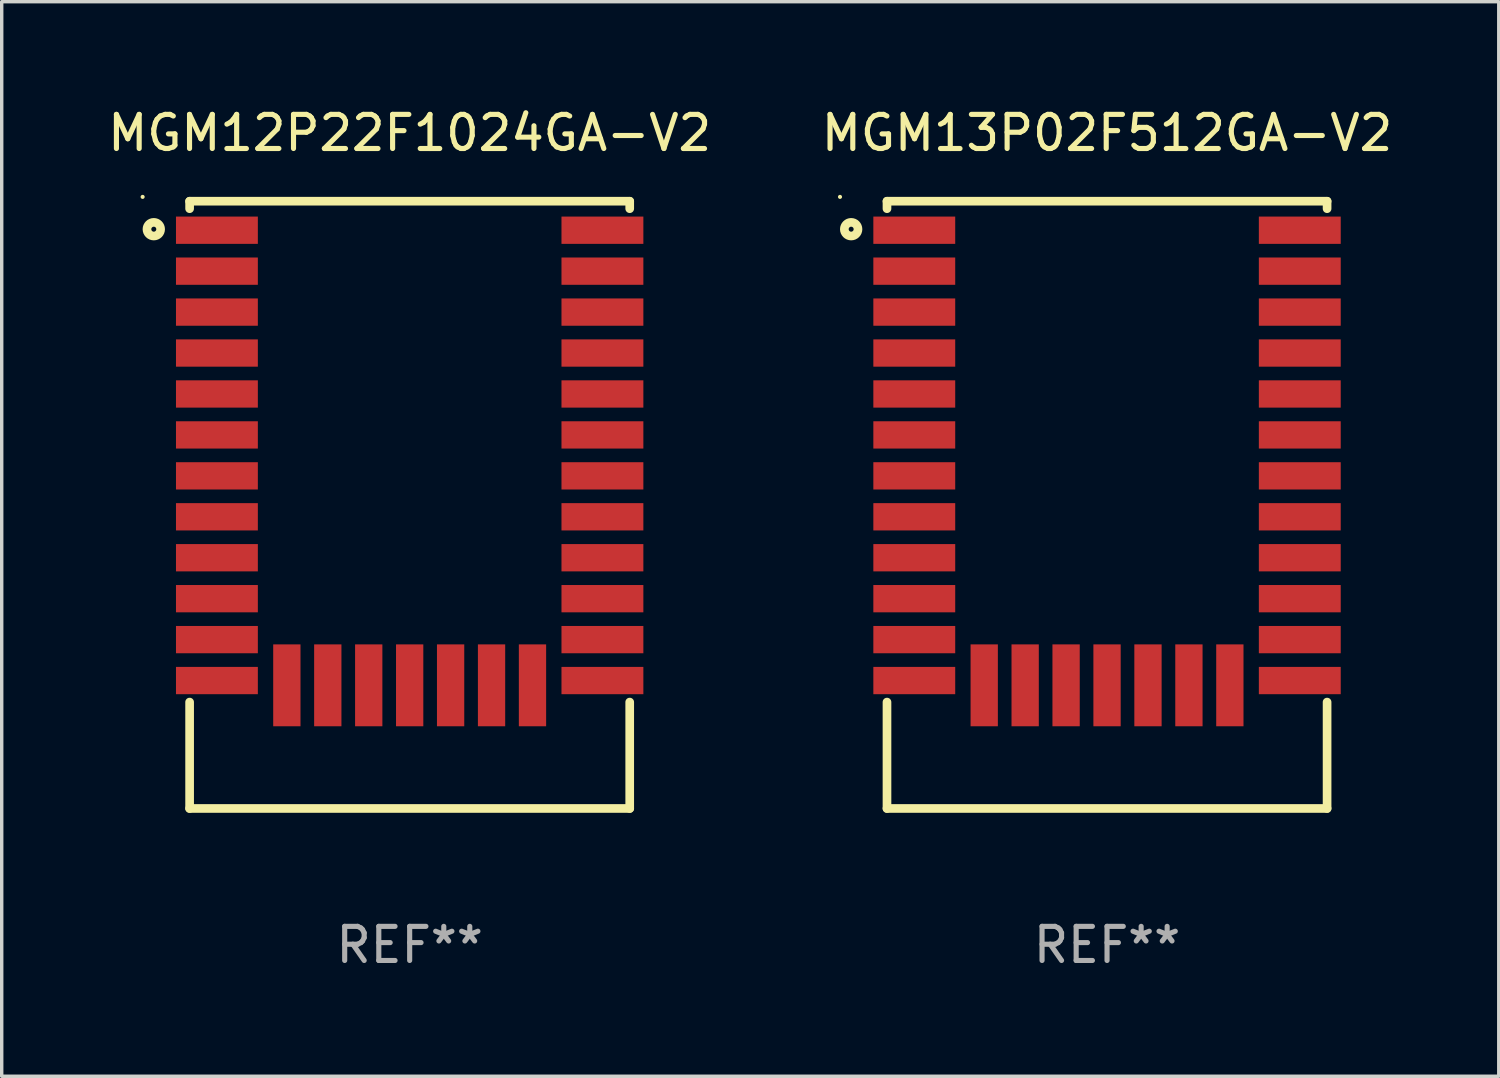
<source format=kicad_pcb>
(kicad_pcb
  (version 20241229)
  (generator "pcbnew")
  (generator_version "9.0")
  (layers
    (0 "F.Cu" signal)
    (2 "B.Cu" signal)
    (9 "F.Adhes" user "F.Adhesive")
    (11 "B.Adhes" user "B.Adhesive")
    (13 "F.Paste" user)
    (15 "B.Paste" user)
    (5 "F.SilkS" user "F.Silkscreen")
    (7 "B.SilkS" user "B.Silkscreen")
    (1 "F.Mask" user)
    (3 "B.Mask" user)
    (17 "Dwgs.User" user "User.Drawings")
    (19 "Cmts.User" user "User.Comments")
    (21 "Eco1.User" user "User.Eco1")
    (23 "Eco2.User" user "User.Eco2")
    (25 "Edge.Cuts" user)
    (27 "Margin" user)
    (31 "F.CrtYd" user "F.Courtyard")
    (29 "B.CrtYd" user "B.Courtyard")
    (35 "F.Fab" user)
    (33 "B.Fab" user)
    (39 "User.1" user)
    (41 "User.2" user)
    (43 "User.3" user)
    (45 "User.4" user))
  (footprint "MGM12P22F1024GA-V2"
    (layer "F.Cu")
    (at 8.958 11.748)
    (property "Reference" "MGM12P22F1024GA-V2" (at 0 -10.9 0) (layer "F.SilkS") (effects (font (size 1 1) (thickness 0.15))))
    (attr through_hole)
    (fp_line (start -6.45 8.9) (end 6.45 8.9) (stroke (width 0.254) (type solid)) (layer "F.SilkS"))
    (fp_line (start -6.45 -8.9) (end -6.45 -8.681) (stroke (width 0.254) (type solid)) (layer "F.SilkS"))
    (fp_line (start -6.45 5.781) (end -6.45 8.9) (stroke (width 0.254) (type solid)) (layer "F.SilkS"))
    (fp_line (start 6.45 -8.9) (end -6.45 -8.9) (stroke (width 0.254) (type solid)) (layer "F.SilkS"))
    (fp_line (start 6.45 -8.681) (end 6.45 -8.9) (stroke (width 0.254) (type solid)) (layer "F.SilkS"))
    (fp_line (start 6.45 8.9) (end 6.45 5.781) (stroke (width 0.254) (type solid)) (layer "F.SilkS"))
    (fp_circle (center -7.827 -9.027) (end -7.797 -9.027) (stroke (width 0.06) (type solid)) (fill no) (layer "F.SilkS"))
    (fp_circle (center -7.5 -8.08) (end -7.3 -8.08) (stroke (width 0.254) (type solid)) (fill no) (layer "F.SilkS"))
    (fp_text user "REF**" (at 0 12.9 0) (layer "F.Fab") (effects (font (size 1 1) (thickness 0.15))))
    (pad "1" smd rect (at -5.65 -8.05) (size 2.4 0.8) (layers "F.Cu" "F.Mask" "F.Paste"))
    (pad "2" smd rect (at -5.65 -6.85) (size 2.4 0.8) (layers "F.Cu" "F.Mask" "F.Paste"))
    (pad "3" smd rect (at -5.65 -5.65) (size 2.4 0.8) (layers "F.Cu" "F.Mask" "F.Paste"))
    (pad "4" smd rect (at -5.65 -4.45) (size 2.4 0.8) (layers "F.Cu" "F.Mask" "F.Paste"))
    (pad "5" smd rect (at -5.65 -3.25) (size 2.4 0.8) (layers "F.Cu" "F.Mask" "F.Paste"))
    (pad "6" smd rect (at -5.65 -2.05) (size 2.4 0.8) (layers "F.Cu" "F.Mask" "F.Paste"))
    (pad "7" smd rect (at -5.65 -0.85) (size 2.4 0.8) (layers "F.Cu" "F.Mask" "F.Paste"))
    (pad "8" smd rect (at -5.65 0.35) (size 2.4 0.8) (layers "F.Cu" "F.Mask" "F.Paste"))
    (pad "9" smd rect (at -5.65 1.55) (size 2.4 0.8) (layers "F.Cu" "F.Mask" "F.Paste"))
    (pad "10" smd rect (at -5.65 2.75) (size 2.4 0.8) (layers "F.Cu" "F.Mask" "F.Paste"))
    (pad "11" smd rect (at -5.65 3.95) (size 2.4 0.8) (layers "F.Cu" "F.Mask" "F.Paste"))
    (pad "12" smd rect (at -5.65 5.15) (size 2.4 0.8) (layers "F.Cu" "F.Mask" "F.Paste"))
    (pad "13" smd rect (at -3.6 5.29 90) (size 2.4 0.8) (layers "F.Cu" "F.Mask" "F.Paste"))
    (pad "14" smd rect (at -2.4 5.29 90) (size 2.4 0.8) (layers "F.Cu" "F.Mask" "F.Paste"))
    (pad "15" smd rect (at -1.2 5.29 90) (size 2.4 0.8) (layers "F.Cu" "F.Mask" "F.Paste"))
    (pad "16" smd rect (at 0.000025 5.29 90) (size 2.4 0.8) (layers "F.Cu" "F.Mask" "F.Paste"))
    (pad "17" smd rect (at 1.2 5.29 90) (size 2.4 0.8) (layers "F.Cu" "F.Mask" "F.Paste"))
    (pad "18" smd rect (at 2.4 5.29 90) (size 2.4 0.8) (layers "F.Cu" "F.Mask" "F.Paste"))
    (pad "19" smd rect (at 3.6 5.29 90) (size 2.4 0.8) (layers "F.Cu" "F.Mask" "F.Paste"))
    (pad "20" smd rect (at 5.65 5.15 180) (size 2.4 0.8) (layers "F.Cu" "F.Mask" "F.Paste"))
    (pad "21" smd rect (at 5.65 3.95 180) (size 2.4 0.8) (layers "F.Cu" "F.Mask" "F.Paste"))
    (pad "22" smd rect (at 5.65 2.75 180) (size 2.4 0.8) (layers "F.Cu" "F.Mask" "F.Paste"))
    (pad "23" smd rect (at 5.65 1.55 180) (size 2.4 0.8) (layers "F.Cu" "F.Mask" "F.Paste"))
    (pad "24" smd rect (at 5.65 0.35 180) (size 2.4 0.8) (layers "F.Cu" "F.Mask" "F.Paste"))
    (pad "25" smd rect (at 5.65 -0.85 180) (size 2.4 0.8) (layers "F.Cu" "F.Mask" "F.Paste"))
    (pad "26" smd rect (at 5.65 -2.05 180) (size 2.4 0.8) (layers "F.Cu" "F.Mask" "F.Paste"))
    (pad "27" smd rect (at 5.65 -3.25 180) (size 2.4 0.8) (layers "F.Cu" "F.Mask" "F.Paste"))
    (pad "28" smd rect (at 5.65 -4.45 180) (size 2.4 0.8) (layers "F.Cu" "F.Mask" "F.Paste"))
    (pad "29" smd rect (at 5.65 -5.65 180) (size 2.4 0.8) (layers "F.Cu" "F.Mask" "F.Paste"))
    (pad "30" smd rect (at 5.65 -6.85 180) (size 2.4 0.8) (layers "F.Cu" "F.Mask" "F.Paste"))
    (pad "31" smd rect (at 5.65 -8.05 180) (size 2.4 0.8) (layers "F.Cu" "F.Mask" "F.Paste")))
  (footprint "MGM13P02F512GA-V2"
    (layer "F.Cu")
    (at 29.399 11.748)
    (property "Reference" "MGM13P02F512GA-V2" (at 0 -10.9 0) (layer "F.SilkS") (effects (font (size 1 1) (thickness 0.15))))
    (attr through_hole)
    (fp_line (start -6.45 8.9) (end 6.45 8.9) (stroke (width 0.254) (type solid)) (layer "F.SilkS"))
    (fp_line (start -6.45 -8.9) (end -6.45 -8.681) (stroke (width 0.254) (type solid)) (layer "F.SilkS"))
    (fp_line (start -6.45 5.781) (end -6.45 8.9) (stroke (width 0.254) (type solid)) (layer "F.SilkS"))
    (fp_line (start 6.45 -8.9) (end -6.45 -8.9) (stroke (width 0.254) (type solid)) (layer "F.SilkS"))
    (fp_line (start 6.45 -8.681) (end 6.45 -8.9) (stroke (width 0.254) (type solid)) (layer "F.SilkS"))
    (fp_line (start 6.45 8.9) (end 6.45 5.781) (stroke (width 0.254) (type solid)) (layer "F.SilkS"))
    (fp_circle (center -7.827 -9.027) (end -7.797 -9.027) (stroke (width 0.06) (type solid)) (fill no) (layer "F.SilkS"))
    (fp_circle (center -7.5 -8.08) (end -7.3 -8.08) (stroke (width 0.254) (type solid)) (fill no) (layer "F.SilkS"))
    (fp_text user "REF**" (at 0 12.9 0) (layer "F.Fab") (effects (font (size 1 1) (thickness 0.15))))
    (pad "1" smd rect (at -5.65 -8.05) (size 2.4 0.8) (layers "F.Cu" "F.Mask" "F.Paste"))
    (pad "2" smd rect (at -5.65 -6.85) (size 2.4 0.8) (layers "F.Cu" "F.Mask" "F.Paste"))
    (pad "3" smd rect (at -5.65 -5.65) (size 2.4 0.8) (layers "F.Cu" "F.Mask" "F.Paste"))
    (pad "4" smd rect (at -5.65 -4.45) (size 2.4 0.8) (layers "F.Cu" "F.Mask" "F.Paste"))
    (pad "5" smd rect (at -5.65 -3.25) (size 2.4 0.8) (layers "F.Cu" "F.Mask" "F.Paste"))
    (pad "6" smd rect (at -5.65 -2.05) (size 2.4 0.8) (layers "F.Cu" "F.Mask" "F.Paste"))
    (pad "7" smd rect (at -5.65 -0.85) (size 2.4 0.8) (layers "F.Cu" "F.Mask" "F.Paste"))
    (pad "8" smd rect (at -5.65 0.35) (size 2.4 0.8) (layers "F.Cu" "F.Mask" "F.Paste"))
    (pad "9" smd rect (at -5.65 1.55) (size 2.4 0.8) (layers "F.Cu" "F.Mask" "F.Paste"))
    (pad "10" smd rect (at -5.65 2.75) (size 2.4 0.8) (layers "F.Cu" "F.Mask" "F.Paste"))
    (pad "11" smd rect (at -5.65 3.95) (size 2.4 0.8) (layers "F.Cu" "F.Mask" "F.Paste"))
    (pad "12" smd rect (at -5.65 5.15) (size 2.4 0.8) (layers "F.Cu" "F.Mask" "F.Paste"))
    (pad "13" smd rect (at -3.6 5.29 90) (size 2.4 0.8) (layers "F.Cu" "F.Mask" "F.Paste"))
    (pad "14" smd rect (at -2.4 5.29 90) (size 2.4 0.8) (layers "F.Cu" "F.Mask" "F.Paste"))
    (pad "15" smd rect (at -1.2 5.29 90) (size 2.4 0.8) (layers "F.Cu" "F.Mask" "F.Paste"))
    (pad "16" smd rect (at 0.000025 5.29 90) (size 2.4 0.8) (layers "F.Cu" "F.Mask" "F.Paste"))
    (pad "17" smd rect (at 1.2 5.29 90) (size 2.4 0.8) (layers "F.Cu" "F.Mask" "F.Paste"))
    (pad "18" smd rect (at 2.4 5.29 90) (size 2.4 0.8) (layers "F.Cu" "F.Mask" "F.Paste"))
    (pad "19" smd rect (at 3.6 5.29 90) (size 2.4 0.8) (layers "F.Cu" "F.Mask" "F.Paste"))
    (pad "20" smd rect (at 5.65 5.15 180) (size 2.4 0.8) (layers "F.Cu" "F.Mask" "F.Paste"))
    (pad "21" smd rect (at 5.65 3.95 180) (size 2.4 0.8) (layers "F.Cu" "F.Mask" "F.Paste"))
    (pad "22" smd rect (at 5.65 2.75 180) (size 2.4 0.8) (layers "F.Cu" "F.Mask" "F.Paste"))
    (pad "23" smd rect (at 5.65 1.55 180) (size 2.4 0.8) (layers "F.Cu" "F.Mask" "F.Paste"))
    (pad "24" smd rect (at 5.65 0.35 180) (size 2.4 0.8) (layers "F.Cu" "F.Mask" "F.Paste"))
    (pad "25" smd rect (at 5.65 -0.85 180) (size 2.4 0.8) (layers "F.Cu" "F.Mask" "F.Paste"))
    (pad "26" smd rect (at 5.65 -2.05 180) (size 2.4 0.8) (layers "F.Cu" "F.Mask" "F.Paste"))
    (pad "27" smd rect (at 5.65 -3.25 180) (size 2.4 0.8) (layers "F.Cu" "F.Mask" "F.Paste"))
    (pad "28" smd rect (at 5.65 -4.45 180) (size 2.4 0.8) (layers "F.Cu" "F.Mask" "F.Paste"))
    (pad "29" smd rect (at 5.65 -5.65 180) (size 2.4 0.8) (layers "F.Cu" "F.Mask" "F.Paste"))
    (pad "30" smd rect (at 5.65 -6.85 180) (size 2.4 0.8) (layers "F.Cu" "F.Mask" "F.Paste"))
    (pad "31" smd rect (at 5.65 -8.05 180) (size 2.4 0.8) (layers "F.Cu" "F.Mask" "F.Paste")))
  (gr_rect
    (start -3 -3)
    (end 40.881 28.497)
    (stroke (width 0.1) (type default))
    (fill no)
    (layer "Edge.Cuts")))
</source>
